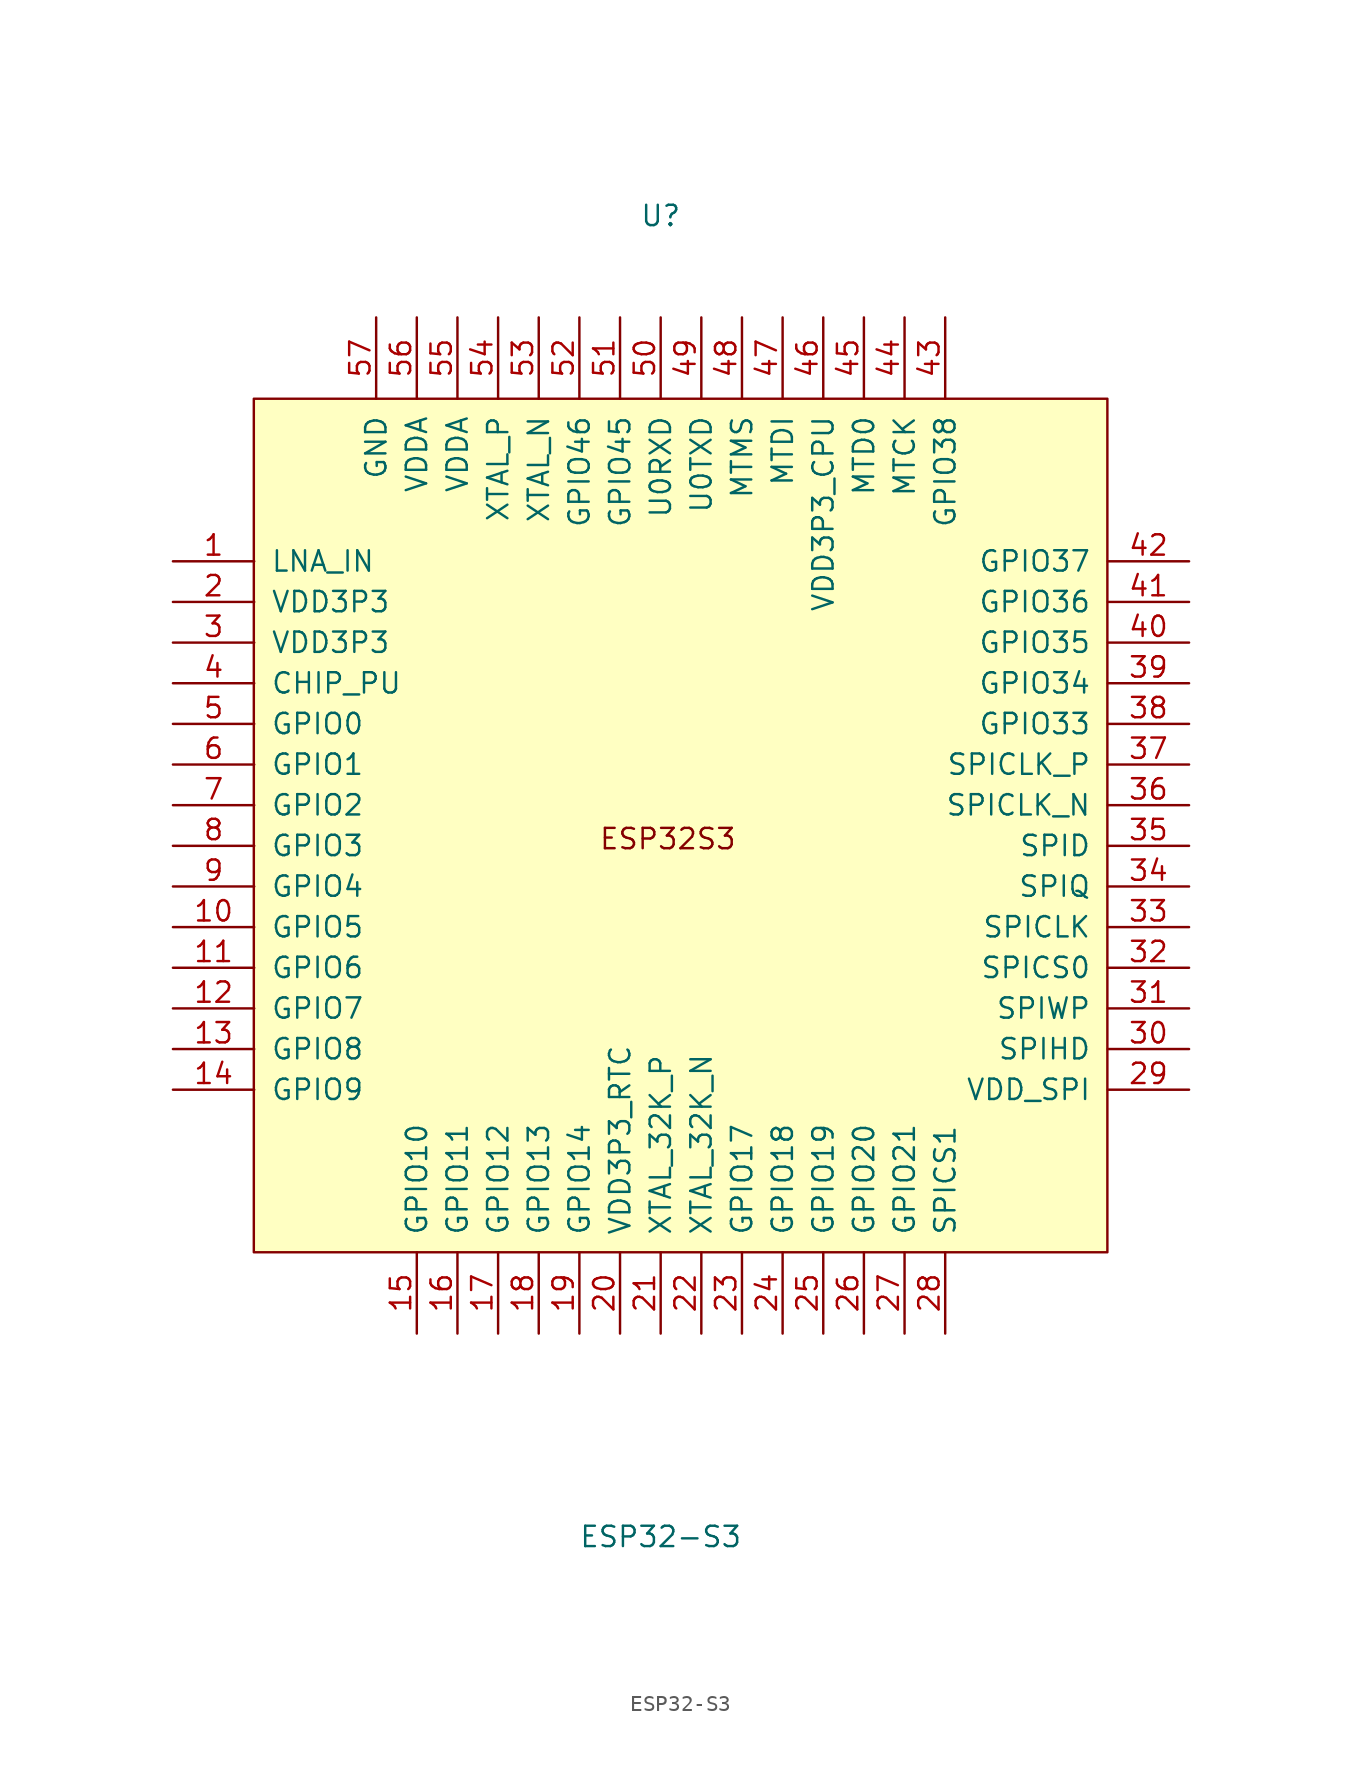
<source format=kicad_sym>
(kicad_symbol_lib
  (version 20220914)
  (generator kicad_symbol_editor)
  (symbol "ESP32-S3"
    (pin_names
      (offset 1.016))
    (property "Reference" "U"
      (at -30.48 46.99 0)
      (effects (font (size 1.27 1.27))))
    (property "Value" "ESP32-S3"
      (at -30.48 -35.56 0)
      (effects (font (size 1.27 1.27))))
    (symbol "ESP32-S3_1_1"
      (rectangle (start -55.905 35.56) (end -2.565 -17.78) (stroke (width 0.152) (type default)) (fill (type background)))
      (text "ESP32S3" (at -34.366 8.052 0) (effects (font (size 1.27 1.27)) (justify left)))
      (pin input line (at -60.96 25.4 0) (length 5.08) (name "LNA_IN" (effects (font (size 1.27 1.27)))) (number "1" (effects (font (size 1.27 1.27)))))
      (pin input line (at -60.96 2.54 0) (length 5.08) (name "GPIO5" (effects (font (size 1.27 1.27)))) (number "10" (effects (font (size 1.27 1.27)))))
      (pin input line (at -60.96 0 0) (length 5.08) (name "GPIO6" (effects (font (size 1.27 1.27)))) (number "11" (effects (font (size 1.27 1.27)))))
      (pin input line (at -60.96 -2.54 0) (length 5.08) (name "GPIO7" (effects (font (size 1.27 1.27)))) (number "12" (effects (font (size 1.27 1.27)))))
      (pin input line (at -60.96 -5.08 0) (length 5.08) (name "GPIO8" (effects (font (size 1.27 1.27)))) (number "13" (effects (font (size 1.27 1.27)))))
      (pin input line (at -60.96 -7.62 0) (length 5.08) (name "GPIO9" (effects (font (size 1.27 1.27)))) (number "14" (effects (font (size 1.27 1.27)))))
      (pin input line (at -45.72 -22.86 90) (length 5.08) (name "GPIO10" (effects (font (size 1.27 1.27)))) (number "15" (effects (font (size 1.27 1.27)))))
      (pin input line (at -43.18 -22.86 90) (length 5.08) (name "GPIO11" (effects (font (size 1.27 1.27)))) (number "16" (effects (font (size 1.27 1.27)))))
      (pin input line (at -40.64 -22.86 90) (length 5.08) (name "GPIO12" (effects (font (size 1.27 1.27)))) (number "17" (effects (font (size 1.27 1.27)))))
      (pin input line (at -38.1 -22.86 90) (length 5.08) (name "GPIO13" (effects (font (size 1.27 1.27)))) (number "18" (effects (font (size 1.27 1.27)))))
      (pin input line (at -35.56 -22.86 90) (length 5.08) (name "GPIO14" (effects (font (size 1.27 1.27)))) (number "19" (effects (font (size 1.27 1.27)))))
      (pin input line (at -60.96 22.86 0) (length 5.08) (name "VDD3P3" (effects (font (size 1.27 1.27)))) (number "2" (effects (font (size 1.27 1.27)))))
      (pin input line (at -33.02 -22.86 90) (length 5.08) (name "VDD3P3_RTC" (effects (font (size 1.27 1.27)))) (number "20" (effects (font (size 1.27 1.27)))))
      (pin input line (at -30.48 -22.86 90) (length 5.08) (name "XTAL_32K_P" (effects (font (size 1.27 1.27)))) (number "21" (effects (font (size 1.27 1.27)))))
      (pin input line (at -27.94 -22.86 90) (length 5.08) (name "XTAL_32K_N" (effects (font (size 1.27 1.27)))) (number "22" (effects (font (size 1.27 1.27)))))
      (pin input line (at -25.4 -22.86 90) (length 5.08) (name "GPIO17" (effects (font (size 1.27 1.27)))) (number "23" (effects (font (size 1.27 1.27)))))
      (pin input line (at -22.86 -22.86 90) (length 5.08) (name "GPIO18" (effects (font (size 1.27 1.27)))) (number "24" (effects (font (size 1.27 1.27)))))
      (pin input line (at -20.32 -22.86 90) (length 5.08) (name "GPIO19" (effects (font (size 1.27 1.27)))) (number "25" (effects (font (size 1.27 1.27)))))
      (pin input line (at -17.78 -22.86 90) (length 5.08) (name "GPIO20" (effects (font (size 1.27 1.27)))) (number "26" (effects (font (size 1.27 1.27)))))
      (pin input line (at -15.24 -22.86 90) (length 5.08) (name "GPIO21" (effects (font (size 1.27 1.27)))) (number "27" (effects (font (size 1.27 1.27)))))
      (pin input line (at -12.7 -22.86 90) (length 5.08) (name "SPICS1" (effects (font (size 1.27 1.27)))) (number "28" (effects (font (size 1.27 1.27)))))
      (pin input line (at 2.54 -7.62 180) (length 5.08) (name "VDD_SPI" (effects (font (size 1.27 1.27)))) (number "29" (effects (font (size 1.27 1.27)))))
      (pin input line (at -60.96 20.32 0) (length 5.08) (name "VDD3P3" (effects (font (size 1.27 1.27)))) (number "3" (effects (font (size 1.27 1.27)))))
      (pin input line (at 2.54 -5.08 180) (length 5.08) (name "SPIHD" (effects (font (size 1.27 1.27)))) (number "30" (effects (font (size 1.27 1.27)))))
      (pin input line (at 2.54 -2.54 180) (length 5.08) (name "SPIWP" (effects (font (size 1.27 1.27)))) (number "31" (effects (font (size 1.27 1.27)))))
      (pin input line (at 2.54 0 180) (length 5.08) (name "SPICS0" (effects (font (size 1.27 1.27)))) (number "32" (effects (font (size 1.27 1.27)))))
      (pin input line (at 2.54 2.54 180) (length 5.08) (name "SPICLK" (effects (font (size 1.27 1.27)))) (number "33" (effects (font (size 1.27 1.27)))))
      (pin input line (at 2.54 5.08 180) (length 5.08) (name "SPIQ" (effects (font (size 1.27 1.27)))) (number "34" (effects (font (size 1.27 1.27)))))
      (pin input line (at 2.54 7.62 180) (length 5.08) (name "SPID" (effects (font (size 1.27 1.27)))) (number "35" (effects (font (size 1.27 1.27)))))
      (pin input line (at 2.54 10.16 180) (length 5.08) (name "SPICLK_N" (effects (font (size 1.27 1.27)))) (number "36" (effects (font (size 1.27 1.27)))))
      (pin input line (at 2.54 12.7 180) (length 5.08) (name "SPICLK_P" (effects (font (size 1.27 1.27)))) (number "37" (effects (font (size 1.27 1.27)))))
      (pin input line (at 2.54 15.24 180) (length 5.08) (name "GPIO33" (effects (font (size 1.27 1.27)))) (number "38" (effects (font (size 1.27 1.27)))))
      (pin input line (at 2.54 17.78 180) (length 5.08) (name "GPIO34" (effects (font (size 1.27 1.27)))) (number "39" (effects (font (size 1.27 1.27)))))
      (pin input line (at -60.96 17.78 0) (length 5.08) (name "CHIP_PU" (effects (font (size 1.27 1.27)))) (number "4" (effects (font (size 1.27 1.27)))))
      (pin input line (at 2.54 20.32 180) (length 5.08) (name "GPIO35" (effects (font (size 1.27 1.27)))) (number "40" (effects (font (size 1.27 1.27)))))
      (pin input line (at 2.54 22.86 180) (length 5.08) (name "GPIO36" (effects (font (size 1.27 1.27)))) (number "41" (effects (font (size 1.27 1.27)))))
      (pin input line (at 2.54 25.4 180) (length 5.08) (name "GPIO37" (effects (font (size 1.27 1.27)))) (number "42" (effects (font (size 1.27 1.27)))))
      (pin input line (at -12.7 40.64 270) (length 5.08) (name "GPIO38" (effects (font (size 1.27 1.27)))) (number "43" (effects (font (size 1.27 1.27)))))
      (pin input line (at -15.24 40.64 270) (length 5.08) (name "MTCK" (effects (font (size 1.27 1.27)))) (number "44" (effects (font (size 1.27 1.27)))))
      (pin input line (at -17.78 40.64 270) (length 5.08) (name "MTD0" (effects (font (size 1.27 1.27)))) (number "45" (effects (font (size 1.27 1.27)))))
      (pin input line (at -20.32 40.64 270) (length 5.08) (name "VDD3P3_CPU" (effects (font (size 1.27 1.27)))) (number "46" (effects (font (size 1.27 1.27)))))
      (pin input line (at -22.86 40.64 270) (length 5.08) (name "MTDI" (effects (font (size 1.27 1.27)))) (number "47" (effects (font (size 1.27 1.27)))))
      (pin input line (at -25.4 40.64 270) (length 5.08) (name "MTMS" (effects (font (size 1.27 1.27)))) (number "48" (effects (font (size 1.27 1.27)))))
      (pin input line (at -27.94 40.64 270) (length 5.08) (name "U0TXD" (effects (font (size 1.27 1.27)))) (number "49" (effects (font (size 1.27 1.27)))))
      (pin input line (at -60.96 15.24 0) (length 5.08) (name "GPIO0" (effects (font (size 1.27 1.27)))) (number "5" (effects (font (size 1.27 1.27)))))
      (pin input line (at -30.48 40.64 270) (length 5.08) (name "U0RXD" (effects (font (size 1.27 1.27)))) (number "50" (effects (font (size 1.27 1.27)))))
      (pin input line (at -33.02 40.64 270) (length 5.08) (name "GPIO45" (effects (font (size 1.27 1.27)))) (number "51" (effects (font (size 1.27 1.27)))))
      (pin input line (at -35.56 40.64 270) (length 5.08) (name "GPIO46" (effects (font (size 1.27 1.27)))) (number "52" (effects (font (size 1.27 1.27)))))
      (pin input line (at -38.1 40.64 270) (length 5.08) (name "XTAL_N" (effects (font (size 1.27 1.27)))) (number "53" (effects (font (size 1.27 1.27)))))
      (pin input line (at -40.64 40.64 270) (length 5.08) (name "XTAL_P" (effects (font (size 1.27 1.27)))) (number "54" (effects (font (size 1.27 1.27)))))
      (pin input line (at -43.18 40.64 270) (length 5.08) (name "VDDA" (effects (font (size 1.27 1.27)))) (number "55" (effects (font (size 1.27 1.27)))))
      (pin input line (at -45.72 40.64 270) (length 5.08) (name "VDDA" (effects (font (size 1.27 1.27)))) (number "56" (effects (font (size 1.27 1.27)))))
      (pin input line (at -48.26 40.64 270) (length 5.08) (name "GND" (effects (font (size 1.27 1.27)))) (number "57" (effects (font (size 1.27 1.27)))))
      (pin input line (at -60.96 12.7 0) (length 5.08) (name "GPIO1" (effects (font (size 1.27 1.27)))) (number "6" (effects (font (size 1.27 1.27)))))
      (pin input line (at -60.96 10.16 0) (length 5.08) (name "GPIO2" (effects (font (size 1.27 1.27)))) (number "7" (effects (font (size 1.27 1.27)))))
      (pin input line (at -60.96 7.62 0) (length 5.08) (name "GPIO3" (effects (font (size 1.27 1.27)))) (number "8" (effects (font (size 1.27 1.27)))))
      (pin input line (at -60.96 5.08 0) (length 5.08) (name "GPIO4" (effects (font (size 1.27 1.27)))) (number "9" (effects (font (size 1.27 1.27))))))))
</source>
